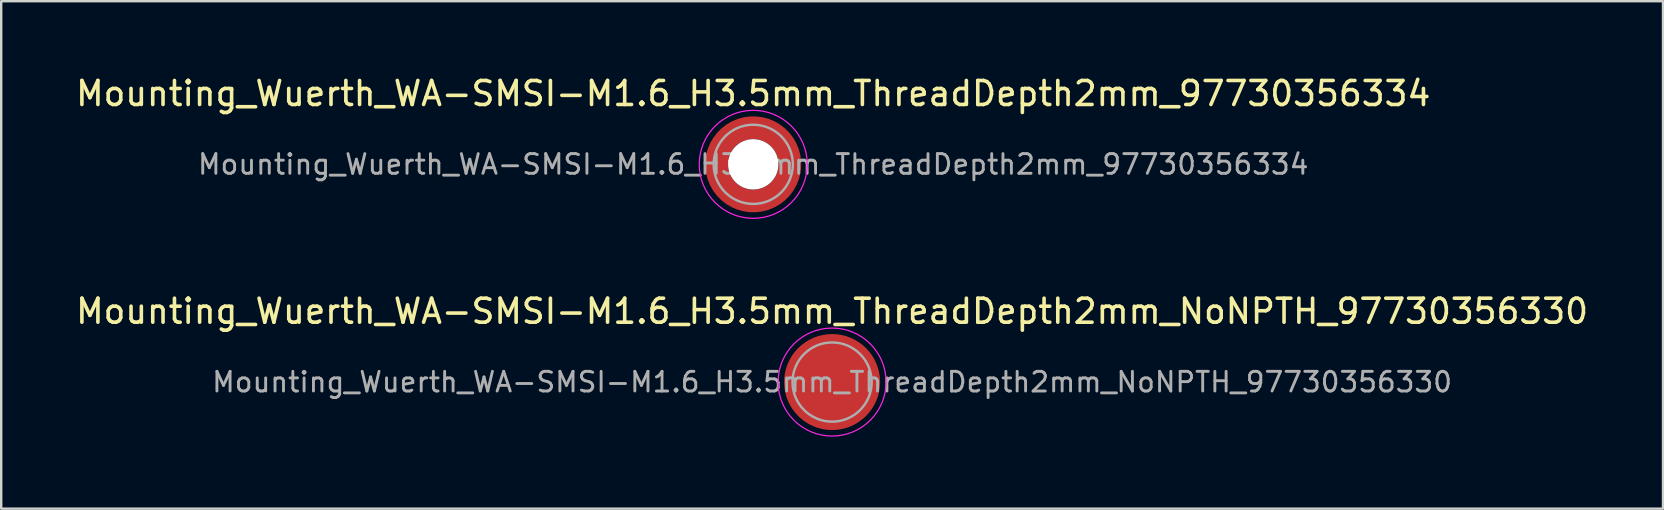
<source format=kicad_pcb>
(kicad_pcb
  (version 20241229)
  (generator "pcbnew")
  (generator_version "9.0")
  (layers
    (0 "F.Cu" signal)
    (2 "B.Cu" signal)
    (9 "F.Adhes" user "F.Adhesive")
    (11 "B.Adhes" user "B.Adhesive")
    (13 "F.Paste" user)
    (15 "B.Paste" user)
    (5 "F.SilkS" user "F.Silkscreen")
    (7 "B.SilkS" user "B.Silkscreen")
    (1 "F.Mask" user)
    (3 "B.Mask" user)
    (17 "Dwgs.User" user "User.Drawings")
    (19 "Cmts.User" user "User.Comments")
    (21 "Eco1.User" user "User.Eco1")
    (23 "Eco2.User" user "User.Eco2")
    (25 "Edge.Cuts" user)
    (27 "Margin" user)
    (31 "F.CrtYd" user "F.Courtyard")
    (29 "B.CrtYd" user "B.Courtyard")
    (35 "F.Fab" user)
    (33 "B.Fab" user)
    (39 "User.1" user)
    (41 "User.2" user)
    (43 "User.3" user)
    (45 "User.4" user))
  (footprint "Mounting_Wuerth_WA-SMSI-M1.6_H3.5mm_ThreadDepth2mm_NoNPTH_97730356330"
    (layer "F.Cu")
    (at 31.625 12.871)
    (property "Reference" "Mounting_Wuerth_WA-SMSI-M1.6_H3.5mm_ThreadDepth2mm_NoNPTH_97730356330" (at 0 -2.95 0) (layer "F.SilkS") (effects (font (size 1 1) (thickness 0.15))))
    (attr smd)
    (fp_circle (center 0 0) (end 2.25 0) (stroke (width 0.05) (type solid)) (fill no) (layer "F.CrtYd"))
    (fp_circle (center 0 0) (end 1.65 0) (stroke (width 0.1) (type solid)) (fill no) (layer "F.Fab"))
    (fp_text user "${REFERENCE}" (at 0 0 0) (layer "F.Fab") (effects (font (size 0.82 0.82) (thickness 0.12))))
    (pad "" smd custom (at -0.778 -0.778) (size 1.2 1.2) (layers "F.Paste") (options (anchor circle)) (primitives (gr_arc (start 0.465568 0.527817) (mid 0.494892 0.495068) (end 0.527634 0.465735) (width 0.2)) (gr_arc (start 0.344805 0.527817) (mid 0.424264 0.424263) (end 0.527818 0.344805) (width 0.2)) (gr_arc (start 0.232382 0.527817) (mid 0.353364 0.353743) (end 0.527329 0.232606) (width 0.2)) (gr_arc (start 0.123983 0.527817) (mid 0.282626 0.28306) (end 0.527243 0.124203) (width 0.2)) (gr_arc (start 0.017883 0.527817) (mid 0.211737 0.212528) (end 0.526755 0.018233) (width 0.2)) (gr_arc (start -0.086763 0.527817) (mid 0.141173 0.14167) (end 0.527142 -0.086568) (width 0.2)) (gr_arc (start -0.190428 0.527817) (mid 0.070433 0.070988) (end 0.527057 -0.190232) (width 0.2)) (gr_arc (start -0.293397 0.527817) (mid -0.000182 0.000182) (end 0.527315 -0.29328) (width 0.2)) (gr_arc (start -0.395852 0.527817) (mid -0.071085 -0.070336) (end 0.526781 -0.395631) (width 0.2)) (gr_arc (start -0.497918 0.527817) (mid -0.141622 -0.141221) (end 0.52726 -0.497809) (width 0.2)) (gr_arc (start -0.59968 0.527817) (mid -0.212364 -0.2119) (end 0.527171 -0.599563) (width 0.2)) (gr_arc (start -0.701202 0.527817) (mid -0.282952 -0.282732) (end 0.527511 -0.701149) (width 0.2)) (gr_arc (start -0.802531 0.527817) (mid -0.353765 -0.353343) (end 0.527227 -0.802438) (width 0.2)) (gr_arc (start -0.9037 0.527817) (mid -0.425176 -0.423352) (end 0.525265 -0.903319) (width 0.2)) (gr_arc (start -1.004737 0.527817) (mid -0.49534 -0.49461) (end 0.526794 -1.004593) (width 0.2)) (gr_line (start 0.528 0.466) (end 0.528 -1.005) (width 0.2)) (gr_line (start 0.466 0.528) (end -1.005 0.528) (width 0.2))))
    (pad "" smd custom (at -0.778 0.778) (size 1.2 1.2) (layers "F.Paste") (options (anchor circle)) (primitives (gr_arc (start 0.527817 -0.465568) (mid 0.495068 -0.494892) (end 0.465735 -0.527634) (width 0.2)) (gr_arc (start 0.527817 -0.344805) (mid 0.424263 -0.424264) (end 0.344805 -0.527818) (width 0.2)) (gr_arc (start 0.527817 -0.232382) (mid 0.353743 -0.353364) (end 0.232606 -0.527329) (width 0.2)) (gr_arc (start 0.527817 -0.123983) (mid 0.28306 -0.282626) (end 0.124203 -0.527243) (width 0.2)) (gr_arc (start 0.527817 -0.017883) (mid 0.212528 -0.211737) (end 0.018233 -0.526755) (width 0.2)) (gr_arc (start 0.527817 0.086763) (mid 0.14167 -0.141173) (end -0.086568 -0.527142) (width 0.2)) (gr_arc (start 0.527817 0.190428) (mid 0.070988 -0.070433) (end -0.190232 -0.527057) (width 0.2)) (gr_arc (start 0.527817 0.293397) (mid 0.000182 0.000182) (end -0.29328 -0.527315) (width 0.2)) (gr_arc (start 0.527817 0.395852) (mid -0.070336 0.071085) (end -0.395631 -0.526781) (width 0.2)) (gr_arc (start 0.527817 0.497918) (mid -0.141221 0.141622) (end -0.497809 -0.52726) (width 0.2)) (gr_arc (start 0.527817 0.59968) (mid -0.2119 0.212364) (end -0.599563 -0.527171) (width 0.2)) (gr_arc (start 0.527817 0.701202) (mid -0.282732 0.282952) (end -0.701149 -0.527511) (width 0.2)) (gr_arc (start 0.527817 0.802531) (mid -0.353343 0.353765) (end -0.802438 -0.527227) (width 0.2)) (gr_arc (start 0.527817 0.9037) (mid -0.423352 0.425176) (end -0.903319 -0.525265) (width 0.2)) (gr_arc (start 0.527817 1.004737) (mid -0.49461 0.49534) (end -1.004593 -0.526794) (width 0.2)) (gr_line (start 0.466 -0.528) (end -1.005 -0.528) (width 0.2)) (gr_line (start 0.528 -0.466) (end 0.528 1.005) (width 0.2))))
    (pad "" smd custom (at 0.778 -0.778) (size 1.2 1.2) (layers "F.Paste") (options (anchor circle)) (primitives (gr_arc (start -0.527817 0.465568) (mid -0.495062 0.494887) (end -0.465723 0.527624) (width 0.2)) (gr_arc (start -0.527817 0.344805) (mid -0.424264 0.424264) (end -0.344805 0.527818) (width 0.2)) (gr_arc (start -0.527817 0.232382) (mid -0.353743 0.353364) (end -0.232606 0.527329) (width 0.2)) (gr_arc (start -0.527817 0.123983) (mid -0.28306 0.282626) (end -0.124203 0.527243) (width 0.2)) (gr_arc (start -0.527817 0.017883) (mid -0.212527 0.211737) (end -0.018233 0.526755) (width 0.2)) (gr_arc (start -0.527817 -0.086763) (mid -0.14167 0.141173) (end 0.086568 0.527142) (width 0.2)) (gr_arc (start -0.527817 -0.190428) (mid -0.070988 0.070433) (end 0.190232 0.527057) (width 0.2)) (gr_arc (start -0.527817 -0.293397) (mid -0.000182 -0.000182) (end 0.29328 0.527315) (width 0.2)) (gr_arc (start -0.527817 -0.395852) (mid 0.070336 -0.071085) (end 0.395631 0.526781) (width 0.2)) (gr_arc (start -0.527817 -0.497918) (mid 0.141221 -0.141622) (end 0.497809 0.52726) (width 0.2)) (gr_arc (start -0.527817 -0.59968) (mid 0.2119 -0.212364) (end 0.599563 0.527171) (width 0.2)) (gr_arc (start -0.527817 -0.701202) (mid 0.282732 -0.282952) (end 0.701149 0.527511) (width 0.2)) (gr_arc (start -0.527817 -0.802531) (mid 0.353343 -0.353765) (end 0.802438 0.527227) (width 0.2)) (gr_arc (start -0.527817 -0.9037) (mid 0.423352 -0.425176) (end 0.903319 0.525265) (width 0.2)) (gr_arc (start -0.527817 -1.004737) (mid 0.49461 -0.49534) (end 1.004593 0.526794) (width 0.2)) (gr_line (start -0.466 0.528) (end 1.005 0.528) (width 0.2)) (gr_line (start -0.528 0.466) (end -0.528 -1.005) (width 0.2))))
    (pad "" smd custom (at 0.778 0.778) (size 1.2 1.2) (layers "F.Paste") (options (anchor circle)) (primitives (gr_arc (start -0.465568 -0.527817) (mid -0.494887 -0.495062) (end -0.527624 -0.465723) (width 0.2)) (gr_arc (start -0.344805 -0.527817) (mid -0.424264 -0.424264) (end -0.527818 -0.344805) (width 0.2)) (gr_arc (start -0.232382 -0.527817) (mid -0.353364 -0.353743) (end -0.527329 -0.232606) (width 0.2)) (gr_arc (start -0.123983 -0.527817) (mid -0.282626 -0.28306) (end -0.527243 -0.124203) (width 0.2)) (gr_arc (start -0.017883 -0.527817) (mid -0.211737 -0.212527) (end -0.526755 -0.018233) (width 0.2)) (gr_arc (start 0.086763 -0.527817) (mid -0.141173 -0.14167) (end -0.527142 0.086568) (width 0.2)) (gr_arc (start 0.190428 -0.527817) (mid -0.070433 -0.070988) (end -0.527057 0.190232) (width 0.2)) (gr_arc (start 0.293397 -0.527817) (mid 0.000182 -0.000182) (end -0.527315 0.29328) (width 0.2)) (gr_arc (start 0.395852 -0.527817) (mid 0.071085 0.070336) (end -0.526781 0.395631) (width 0.2)) (gr_arc (start 0.497918 -0.527817) (mid 0.141622 0.141221) (end -0.52726 0.497809) (width 0.2)) (gr_arc (start 0.59968 -0.527817) (mid 0.212364 0.2119) (end -0.527171 0.599563) (width 0.2)) (gr_arc (start 0.701202 -0.527817) (mid 0.282952 0.282732) (end -0.527511 0.701149) (width 0.2)) (gr_arc (start 0.802531 -0.527817) (mid 0.353765 0.353343) (end -0.527227 0.802438) (width 0.2)) (gr_arc (start 0.9037 -0.527817) (mid 0.425176 0.423352) (end -0.525265 0.903319) (width 0.2)) (gr_arc (start 1.004737 -0.527817) (mid 0.49534 0.49461) (end -0.526794 1.004593) (width 0.2)) (gr_line (start -0.528 -0.466) (end -0.528 1.005) (width 0.2)) (gr_line (start -0.466 -0.528) (end 1.005 -0.528) (width 0.2))))
    (pad "1" smd circle (at 0 0) (size 4 4) (layers "F.Cu" "F.Mask")))
  (footprint "Mounting_Wuerth_WA-SMSI-M1.6_H3.5mm_ThreadDepth2mm_97730356334"
    (layer "F.Cu")
    (at 28.339 3.798)
    (property "Reference" "Mounting_Wuerth_WA-SMSI-M1.6_H3.5mm_ThreadDepth2mm_97730356334" (at 0 -2.95 0) (layer "F.SilkS") (effects (font (size 1 1) (thickness 0.15))))
    (attr smd)
    (fp_circle (center 0 0) (end 2.25 0) (stroke (width 0.05) (type solid)) (fill no) (layer "F.CrtYd"))
    (fp_circle (center 0 0) (end 1.65 0) (stroke (width 0.1) (type solid)) (fill no) (layer "F.Fab"))
    (fp_text user "${REFERENCE}" (at 0 0 0) (layer "F.Fab") (effects (font (size 0.82 0.82) (thickness 0.12))))
    (pad "" smd custom (at -1.061 -1.061) (size 0.4 0.4) (layers "F.Paste") (options (anchor circle)) (primitives (gr_arc (start -0.101235 0.76066) (mid 0.211799 0.212465) (end 0.759748 -0.100999) (width 0.2)) (gr_arc (start -0.204251 0.76066) (mid 0.141299 0.141544) (end 0.760323 -0.204171) (width 0.2)) (gr_arc (start -0.306819 0.76066) (mid 0.070255 0.071167) (end 0.759401 -0.306542) (width 0.2)) (gr_arc (start -0.409034 0.76066) (mid -0.000242 0.000241) (end 0.759991 -0.408897) (width 0.2)) (gr_arc (start -0.510963 0.76066) (mid -0.071561 -0.06986) (end 0.758297 -0.51051) (width 0.2)) (gr_arc (start -0.61266 0.76066) (mid -0.142171 -0.140671) (end 0.758572 -0.612284) (width 0.2)) (gr_arc (start -0.714164 0.76066) (mid -0.212264 -0.212) (end 0.760292 -0.714102) (width 0.2)) (gr_line (start 0.761 -0.101) (end 0.761 -0.714) (width 0.2)) (gr_line (start -0.101 0.761) (end -0.714 0.761) (width 0.2))))
    (pad "" smd custom (at -1.061 1.061) (size 0.4 0.4) (layers "F.Paste") (options (anchor circle)) (primitives (gr_arc (start 0.76066 0.101235) (mid 0.212465 -0.211799) (end -0.100999 -0.759748) (width 0.2)) (gr_arc (start 0.76066 0.204251) (mid 0.141544 -0.141299) (end -0.204171 -0.760323) (width 0.2)) (gr_arc (start 0.76066 0.306819) (mid 0.071167 -0.070255) (end -0.306542 -0.759401) (width 0.2)) (gr_arc (start 0.76066 0.409034) (mid 0.000241 0.000242) (end -0.408897 -0.759991) (width 0.2)) (gr_arc (start 0.76066 0.510963) (mid -0.06986 0.071561) (end -0.51051 -0.758297) (width 0.2)) (gr_arc (start 0.76066 0.61266) (mid -0.140671 0.142171) (end -0.612284 -0.758572) (width 0.2)) (gr_arc (start 0.76066 0.714164) (mid -0.212 0.212264) (end -0.714102 -0.760292) (width 0.2)) (gr_line (start -0.101 -0.761) (end -0.714 -0.761) (width 0.2)) (gr_line (start 0.761 0.101) (end 0.761 0.714) (width 0.2))))
    (pad "" np_thru_hole circle (at 0 0) (size 2.1 2.1) (drill 2.1) (layers "*.Cu" "*.Mask"))
    (pad "" smd custom (at 1.061 -1.061) (size 0.4 0.4) (layers "F.Paste") (options (anchor circle)) (primitives (gr_arc (start -0.76066 -0.101235) (mid -0.212465 0.211799) (end 0.100999 0.759748) (width 0.2)) (gr_arc (start -0.76066 -0.204251) (mid -0.141544 0.141299) (end 0.204171 0.760323) (width 0.2)) (gr_arc (start -0.76066 -0.306819) (mid -0.071167 0.070255) (end 0.306542 0.759401) (width 0.2)) (gr_arc (start -0.76066 -0.409034) (mid -0.000241 -0.000242) (end 0.408897 0.759991) (width 0.2)) (gr_arc (start -0.76066 -0.510963) (mid 0.069859 -0.071561) (end 0.510509 0.758297) (width 0.2)) (gr_arc (start -0.76066 -0.61266) (mid 0.140671 -0.142171) (end 0.612284 0.758572) (width 0.2)) (gr_arc (start -0.76066 -0.714164) (mid 0.212 -0.212264) (end 0.714102 0.760292) (width 0.2)) (gr_line (start 0.101 0.761) (end 0.714 0.761) (width 0.2)) (gr_line (start -0.761 -0.101) (end -0.761 -0.714) (width 0.2))))
    (pad "" smd custom (at 1.061 1.061) (size 0.4 0.4) (layers "F.Paste") (options (anchor circle)) (primitives (gr_arc (start 0.101235 -0.76066) (mid -0.211799 -0.212465) (end -0.759748 0.100999) (width 0.2)) (gr_arc (start 0.204251 -0.76066) (mid -0.141299 -0.141544) (end -0.760323 0.204171) (width 0.2)) (gr_arc (start 0.306819 -0.76066) (mid -0.070255 -0.071167) (end -0.759401 0.306542) (width 0.2)) (gr_arc (start 0.409034 -0.76066) (mid 0.000242 -0.000241) (end -0.759991 0.408897) (width 0.2)) (gr_arc (start 0.510963 -0.76066) (mid 0.071561 0.069859) (end -0.758297 0.510509) (width 0.2)) (gr_arc (start 0.61266 -0.76066) (mid 0.142171 0.140671) (end -0.758572 0.612284) (width 0.2)) (gr_arc (start 0.714164 -0.76066) (mid 0.212264 0.212) (end -0.760292 0.714102) (width 0.2)) (gr_line (start -0.761 0.101) (end -0.761 0.714) (width 0.2)) (gr_line (start 0.101 -0.761) (end 0.714 -0.761) (width 0.2))))
    (pad "1" smd circle (at -1.525 0) (size 0.55 0.55) (layers "F.Cu"))
    (pad "1" smd circle (at 0 -1.525) (size 0.55 0.55) (layers "F.Cu"))
    (pad "1" smd circle (at 0 1.525) (size 0.55 0.55) (layers "F.Cu"))
    (pad "1" smd custom (at 1.525 0) (size 0.55 0.55) (layers "F.Cu" "F.Mask") (options (anchor circle)) (primitives (gr_circle (center -1.525 0) (end 0 0) (width 0.95) (fill no)))))
  (gr_rect
    (start -3 -3)
    (end 66.25 18.146)
    (stroke (width 0.1) (type default))
    (fill no)
    (layer "Edge.Cuts")))
</source>
